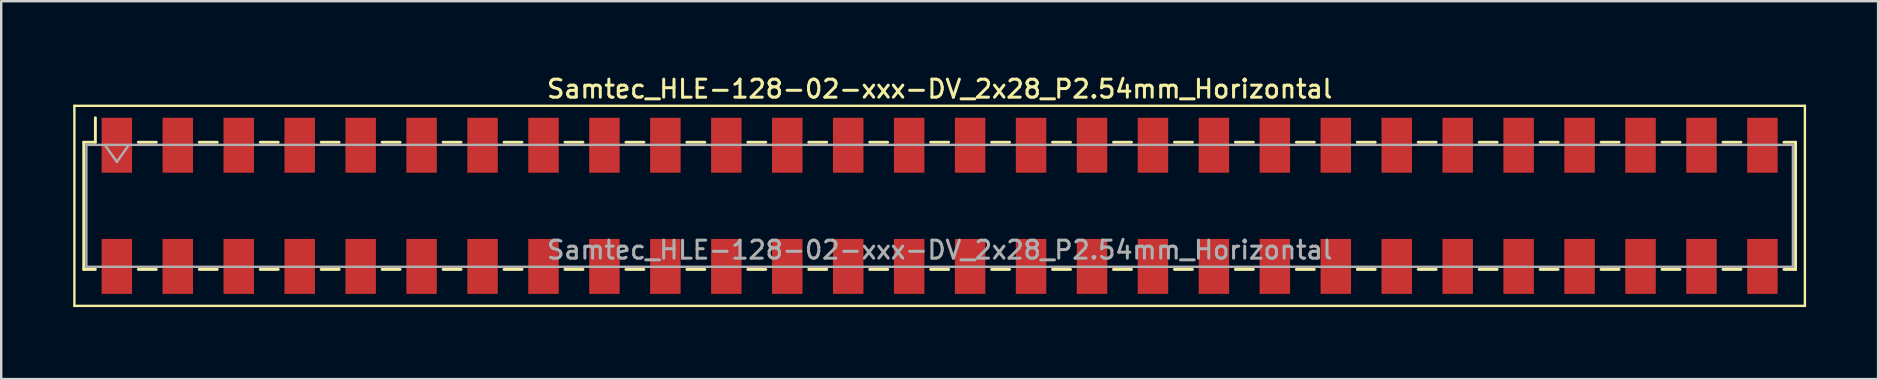
<source format=kicad_pcb>
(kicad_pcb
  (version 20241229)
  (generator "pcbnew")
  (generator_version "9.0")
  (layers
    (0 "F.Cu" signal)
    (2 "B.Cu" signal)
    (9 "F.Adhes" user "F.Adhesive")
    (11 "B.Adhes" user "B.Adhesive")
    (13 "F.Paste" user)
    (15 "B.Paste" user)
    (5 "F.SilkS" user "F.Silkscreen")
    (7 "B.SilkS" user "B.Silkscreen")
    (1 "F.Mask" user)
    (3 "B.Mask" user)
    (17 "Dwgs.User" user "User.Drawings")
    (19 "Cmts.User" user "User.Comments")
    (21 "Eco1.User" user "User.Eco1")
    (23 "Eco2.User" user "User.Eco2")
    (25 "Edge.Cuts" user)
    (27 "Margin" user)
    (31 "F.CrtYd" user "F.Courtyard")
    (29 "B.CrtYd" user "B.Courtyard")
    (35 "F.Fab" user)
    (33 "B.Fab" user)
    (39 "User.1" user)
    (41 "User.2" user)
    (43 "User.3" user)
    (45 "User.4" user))
  (footprint "Samtec_HLE-128-02-xxx-DV_2x28_P2.54mm_Horizontal"
    (layer "F.Cu")
    (at 36.11 5.528)
    (property "Reference" "Samtec_HLE-128-02-xxx-DV_2x28_P2.54mm_Horizontal" (at 0 -4.87 0) (layer "F.SilkS") (effects (font (size 0.75 0.75) (thickness 0.125))))
    (attr smd)
    (fp_line (start -36.06 -4.17) (end 36.06 -4.17) (stroke (width 0.1) (type solid)) (layer "F.SilkS"))
    (fp_line (start -36.06 4.17) (end -36.06 -4.17) (stroke (width 0.1) (type solid)) (layer "F.SilkS"))
    (fp_line (start -35.67 -2.65) (end -35.67 2.65) (stroke (width 0.12) (type solid)) (layer "F.SilkS"))
    (fp_line (start -35.67 2.65) (end -35.185 2.65) (stroke (width 0.12) (type solid)) (layer "F.SilkS"))
    (fp_line (start -35.185 -3.67) (end -35.185 -2.65) (stroke (width 0.12) (type solid)) (layer "F.SilkS"))
    (fp_line (start -35.185 -2.65) (end -35.67 -2.65) (stroke (width 0.12) (type solid)) (layer "F.SilkS"))
    (fp_line (start -33.395 -2.65) (end -32.645 -2.65) (stroke (width 0.12) (type solid)) (layer "F.SilkS"))
    (fp_line (start -33.395 2.65) (end -32.645 2.65) (stroke (width 0.12) (type solid)) (layer "F.SilkS"))
    (fp_line (start -30.855 -2.65) (end -30.105 -2.65) (stroke (width 0.12) (type solid)) (layer "F.SilkS"))
    (fp_line (start -30.855 2.65) (end -30.105 2.65) (stroke (width 0.12) (type solid)) (layer "F.SilkS"))
    (fp_line (start -28.315 -2.65) (end -27.565 -2.65) (stroke (width 0.12) (type solid)) (layer "F.SilkS"))
    (fp_line (start -28.315 2.65) (end -27.565 2.65) (stroke (width 0.12) (type solid)) (layer "F.SilkS"))
    (fp_line (start -25.775 -2.65) (end -25.025 -2.65) (stroke (width 0.12) (type solid)) (layer "F.SilkS"))
    (fp_line (start -25.775 2.65) (end -25.025 2.65) (stroke (width 0.12) (type solid)) (layer "F.SilkS"))
    (fp_line (start -23.235 -2.65) (end -22.485 -2.65) (stroke (width 0.12) (type solid)) (layer "F.SilkS"))
    (fp_line (start -23.235 2.65) (end -22.485 2.65) (stroke (width 0.12) (type solid)) (layer "F.SilkS"))
    (fp_line (start -20.695 -2.65) (end -19.945 -2.65) (stroke (width 0.12) (type solid)) (layer "F.SilkS"))
    (fp_line (start -20.695 2.65) (end -19.945 2.65) (stroke (width 0.12) (type solid)) (layer "F.SilkS"))
    (fp_line (start -18.155 -2.65) (end -17.405 -2.65) (stroke (width 0.12) (type solid)) (layer "F.SilkS"))
    (fp_line (start -18.155 2.65) (end -17.405 2.65) (stroke (width 0.12) (type solid)) (layer "F.SilkS"))
    (fp_line (start -15.615 -2.65) (end -14.865 -2.65) (stroke (width 0.12) (type solid)) (layer "F.SilkS"))
    (fp_line (start -15.615 2.65) (end -14.865 2.65) (stroke (width 0.12) (type solid)) (layer "F.SilkS"))
    (fp_line (start -13.075 -2.65) (end -12.325 -2.65) (stroke (width 0.12) (type solid)) (layer "F.SilkS"))
    (fp_line (start -13.075 2.65) (end -12.325 2.65) (stroke (width 0.12) (type solid)) (layer "F.SilkS"))
    (fp_line (start -10.535 -2.65) (end -9.785 -2.65) (stroke (width 0.12) (type solid)) (layer "F.SilkS"))
    (fp_line (start -10.535 2.65) (end -9.785 2.65) (stroke (width 0.12) (type solid)) (layer "F.SilkS"))
    (fp_line (start -7.995 -2.65) (end -7.245 -2.65) (stroke (width 0.12) (type solid)) (layer "F.SilkS"))
    (fp_line (start -7.995 2.65) (end -7.245 2.65) (stroke (width 0.12) (type solid)) (layer "F.SilkS"))
    (fp_line (start -5.455 -2.65) (end -4.705 -2.65) (stroke (width 0.12) (type solid)) (layer "F.SilkS"))
    (fp_line (start -5.455 2.65) (end -4.705 2.65) (stroke (width 0.12) (type solid)) (layer "F.SilkS"))
    (fp_line (start -2.915 -2.65) (end -2.165 -2.65) (stroke (width 0.12) (type solid)) (layer "F.SilkS"))
    (fp_line (start -2.915 2.65) (end -2.165 2.65) (stroke (width 0.12) (type solid)) (layer "F.SilkS"))
    (fp_line (start -0.375 -2.65) (end 0.375 -2.65) (stroke (width 0.12) (type solid)) (layer "F.SilkS"))
    (fp_line (start -0.375 2.65) (end 0.375 2.65) (stroke (width 0.12) (type solid)) (layer "F.SilkS"))
    (fp_line (start 2.165 -2.65) (end 2.915 -2.65) (stroke (width 0.12) (type solid)) (layer "F.SilkS"))
    (fp_line (start 2.165 2.65) (end 2.915 2.65) (stroke (width 0.12) (type solid)) (layer "F.SilkS"))
    (fp_line (start 4.705 -2.65) (end 5.455 -2.65) (stroke (width 0.12) (type solid)) (layer "F.SilkS"))
    (fp_line (start 4.705 2.65) (end 5.455 2.65) (stroke (width 0.12) (type solid)) (layer "F.SilkS"))
    (fp_line (start 7.245 -2.65) (end 7.995 -2.65) (stroke (width 0.12) (type solid)) (layer "F.SilkS"))
    (fp_line (start 7.245 2.65) (end 7.995 2.65) (stroke (width 0.12) (type solid)) (layer "F.SilkS"))
    (fp_line (start 9.785 -2.65) (end 10.535 -2.65) (stroke (width 0.12) (type solid)) (layer "F.SilkS"))
    (fp_line (start 9.785 2.65) (end 10.535 2.65) (stroke (width 0.12) (type solid)) (layer "F.SilkS"))
    (fp_line (start 12.325 -2.65) (end 13.075 -2.65) (stroke (width 0.12) (type solid)) (layer "F.SilkS"))
    (fp_line (start 12.325 2.65) (end 13.075 2.65) (stroke (width 0.12) (type solid)) (layer "F.SilkS"))
    (fp_line (start 14.865 -2.65) (end 15.615 -2.65) (stroke (width 0.12) (type solid)) (layer "F.SilkS"))
    (fp_line (start 14.865 2.65) (end 15.615 2.65) (stroke (width 0.12) (type solid)) (layer "F.SilkS"))
    (fp_line (start 17.405 -2.65) (end 18.155 -2.65) (stroke (width 0.12) (type solid)) (layer "F.SilkS"))
    (fp_line (start 17.405 2.65) (end 18.155 2.65) (stroke (width 0.12) (type solid)) (layer "F.SilkS"))
    (fp_line (start 19.945 -2.65) (end 20.695 -2.65) (stroke (width 0.12) (type solid)) (layer "F.SilkS"))
    (fp_line (start 19.945 2.65) (end 20.695 2.65) (stroke (width 0.12) (type solid)) (layer "F.SilkS"))
    (fp_line (start 22.485 -2.65) (end 23.235 -2.65) (stroke (width 0.12) (type solid)) (layer "F.SilkS"))
    (fp_line (start 22.485 2.65) (end 23.235 2.65) (stroke (width 0.12) (type solid)) (layer "F.SilkS"))
    (fp_line (start 25.025 -2.65) (end 25.775 -2.65) (stroke (width 0.12) (type solid)) (layer "F.SilkS"))
    (fp_line (start 25.025 2.65) (end 25.775 2.65) (stroke (width 0.12) (type solid)) (layer "F.SilkS"))
    (fp_line (start 27.565 -2.65) (end 28.315 -2.65) (stroke (width 0.12) (type solid)) (layer "F.SilkS"))
    (fp_line (start 27.565 2.65) (end 28.315 2.65) (stroke (width 0.12) (type solid)) (layer "F.SilkS"))
    (fp_line (start 30.105 -2.65) (end 30.855 -2.65) (stroke (width 0.12) (type solid)) (layer "F.SilkS"))
    (fp_line (start 30.105 2.65) (end 30.855 2.65) (stroke (width 0.12) (type solid)) (layer "F.SilkS"))
    (fp_line (start 32.645 -2.65) (end 33.395 -2.65) (stroke (width 0.12) (type solid)) (layer "F.SilkS"))
    (fp_line (start 32.645 2.65) (end 33.395 2.65) (stroke (width 0.12) (type solid)) (layer "F.SilkS"))
    (fp_line (start 35.185 -2.65) (end 35.67 -2.65) (stroke (width 0.12) (type solid)) (layer "F.SilkS"))
    (fp_line (start 35.67 -2.65) (end 35.67 2.65) (stroke (width 0.12) (type solid)) (layer "F.SilkS"))
    (fp_line (start 35.67 2.65) (end 35.185 2.65) (stroke (width 0.12) (type solid)) (layer "F.SilkS"))
    (fp_line (start 36.06 -4.17) (end 36.06 4.17) (stroke (width 0.1) (type solid)) (layer "F.SilkS"))
    (fp_line (start 36.06 4.17) (end -36.06 4.17) (stroke (width 0.1) (type solid)) (layer "F.SilkS"))
    (fp_line (start -35.56 -2.54) (end 35.56 -2.54) (stroke (width 0.1) (type solid)) (layer "F.Fab"))
    (fp_line (start -35.56 2.54) (end -35.56 -2.54) (stroke (width 0.1) (type solid)) (layer "F.Fab"))
    (fp_line (start -34.79 -2.54) (end -34.29 -1.833) (stroke (width 0.1) (type solid)) (layer "F.Fab"))
    (fp_line (start -34.29 -1.833) (end -33.79 -2.54) (stroke (width 0.1) (type solid)) (layer "F.Fab"))
    (fp_line (start 35.56 -2.54) (end 35.56 2.54) (stroke (width 0.1) (type solid)) (layer "F.Fab"))
    (fp_line (start 35.56 2.54) (end -35.56 2.54) (stroke (width 0.1) (type solid)) (layer "F.Fab"))
    (fp_text user "${REFERENCE}" (at 0 1.84 0) (layer "F.Fab") (effects (font (size 0.75 0.75) (thickness 0.125))))
    (pad "1" smd rect (at -34.29 -2.525) (size 1.27 2.29) (layers "F.Cu" "F.Mask" "F.Paste"))
    (pad "2" smd rect (at -34.29 2.525) (size 1.27 2.29) (layers "F.Cu" "F.Mask" "F.Paste"))
    (pad "3" smd rect (at -31.75 -2.525) (size 1.27 2.29) (layers "F.Cu" "F.Mask" "F.Paste"))
    (pad "4" smd rect (at -31.75 2.525) (size 1.27 2.29) (layers "F.Cu" "F.Mask" "F.Paste"))
    (pad "5" smd rect (at -29.21 -2.525) (size 1.27 2.29) (layers "F.Cu" "F.Mask" "F.Paste"))
    (pad "6" smd rect (at -29.21 2.525) (size 1.27 2.29) (layers "F.Cu" "F.Mask" "F.Paste"))
    (pad "7" smd rect (at -26.67 -2.525) (size 1.27 2.29) (layers "F.Cu" "F.Mask" "F.Paste"))
    (pad "8" smd rect (at -26.67 2.525) (size 1.27 2.29) (layers "F.Cu" "F.Mask" "F.Paste"))
    (pad "9" smd rect (at -24.13 -2.525) (size 1.27 2.29) (layers "F.Cu" "F.Mask" "F.Paste"))
    (pad "10" smd rect (at -24.13 2.525) (size 1.27 2.29) (layers "F.Cu" "F.Mask" "F.Paste"))
    (pad "11" smd rect (at -21.59 -2.525) (size 1.27 2.29) (layers "F.Cu" "F.Mask" "F.Paste"))
    (pad "12" smd rect (at -21.59 2.525) (size 1.27 2.29) (layers "F.Cu" "F.Mask" "F.Paste"))
    (pad "13" smd rect (at -19.05 -2.525) (size 1.27 2.29) (layers "F.Cu" "F.Mask" "F.Paste"))
    (pad "14" smd rect (at -19.05 2.525) (size 1.27 2.29) (layers "F.Cu" "F.Mask" "F.Paste"))
    (pad "15" smd rect (at -16.51 -2.525) (size 1.27 2.29) (layers "F.Cu" "F.Mask" "F.Paste"))
    (pad "16" smd rect (at -16.51 2.525) (size 1.27 2.29) (layers "F.Cu" "F.Mask" "F.Paste"))
    (pad "17" smd rect (at -13.97 -2.525) (size 1.27 2.29) (layers "F.Cu" "F.Mask" "F.Paste"))
    (pad "18" smd rect (at -13.97 2.525) (size 1.27 2.29) (layers "F.Cu" "F.Mask" "F.Paste"))
    (pad "19" smd rect (at -11.43 -2.525) (size 1.27 2.29) (layers "F.Cu" "F.Mask" "F.Paste"))
    (pad "20" smd rect (at -11.43 2.525) (size 1.27 2.29) (layers "F.Cu" "F.Mask" "F.Paste"))
    (pad "21" smd rect (at -8.89 -2.525) (size 1.27 2.29) (layers "F.Cu" "F.Mask" "F.Paste"))
    (pad "22" smd rect (at -8.89 2.525) (size 1.27 2.29) (layers "F.Cu" "F.Mask" "F.Paste"))
    (pad "23" smd rect (at -6.35 -2.525) (size 1.27 2.29) (layers "F.Cu" "F.Mask" "F.Paste"))
    (pad "24" smd rect (at -6.35 2.525) (size 1.27 2.29) (layers "F.Cu" "F.Mask" "F.Paste"))
    (pad "25" smd rect (at -3.81 -2.525) (size 1.27 2.29) (layers "F.Cu" "F.Mask" "F.Paste"))
    (pad "26" smd rect (at -3.81 2.525) (size 1.27 2.29) (layers "F.Cu" "F.Mask" "F.Paste"))
    (pad "27" smd rect (at -1.27 -2.525) (size 1.27 2.29) (layers "F.Cu" "F.Mask" "F.Paste"))
    (pad "28" smd rect (at -1.27 2.525) (size 1.27 2.29) (layers "F.Cu" "F.Mask" "F.Paste"))
    (pad "29" smd rect (at 1.27 -2.525) (size 1.27 2.29) (layers "F.Cu" "F.Mask" "F.Paste"))
    (pad "30" smd rect (at 1.27 2.525) (size 1.27 2.29) (layers "F.Cu" "F.Mask" "F.Paste"))
    (pad "31" smd rect (at 3.81 -2.525) (size 1.27 2.29) (layers "F.Cu" "F.Mask" "F.Paste"))
    (pad "32" smd rect (at 3.81 2.525) (size 1.27 2.29) (layers "F.Cu" "F.Mask" "F.Paste"))
    (pad "33" smd rect (at 6.35 -2.525) (size 1.27 2.29) (layers "F.Cu" "F.Mask" "F.Paste"))
    (pad "34" smd rect (at 6.35 2.525) (size 1.27 2.29) (layers "F.Cu" "F.Mask" "F.Paste"))
    (pad "35" smd rect (at 8.89 -2.525) (size 1.27 2.29) (layers "F.Cu" "F.Mask" "F.Paste"))
    (pad "36" smd rect (at 8.89 2.525) (size 1.27 2.29) (layers "F.Cu" "F.Mask" "F.Paste"))
    (pad "37" smd rect (at 11.43 -2.525) (size 1.27 2.29) (layers "F.Cu" "F.Mask" "F.Paste"))
    (pad "38" smd rect (at 11.43 2.525) (size 1.27 2.29) (layers "F.Cu" "F.Mask" "F.Paste"))
    (pad "39" smd rect (at 13.97 -2.525) (size 1.27 2.29) (layers "F.Cu" "F.Mask" "F.Paste"))
    (pad "40" smd rect (at 13.97 2.525) (size 1.27 2.29) (layers "F.Cu" "F.Mask" "F.Paste"))
    (pad "41" smd rect (at 16.51 -2.525) (size 1.27 2.29) (layers "F.Cu" "F.Mask" "F.Paste"))
    (pad "42" smd rect (at 16.51 2.525) (size 1.27 2.29) (layers "F.Cu" "F.Mask" "F.Paste"))
    (pad "43" smd rect (at 19.05 -2.525) (size 1.27 2.29) (layers "F.Cu" "F.Mask" "F.Paste"))
    (pad "44" smd rect (at 19.05 2.525) (size 1.27 2.29) (layers "F.Cu" "F.Mask" "F.Paste"))
    (pad "45" smd rect (at 21.59 -2.525) (size 1.27 2.29) (layers "F.Cu" "F.Mask" "F.Paste"))
    (pad "46" smd rect (at 21.59 2.525) (size 1.27 2.29) (layers "F.Cu" "F.Mask" "F.Paste"))
    (pad "47" smd rect (at 24.13 -2.525) (size 1.27 2.29) (layers "F.Cu" "F.Mask" "F.Paste"))
    (pad "48" smd rect (at 24.13 2.525) (size 1.27 2.29) (layers "F.Cu" "F.Mask" "F.Paste"))
    (pad "49" smd rect (at 26.67 -2.525) (size 1.27 2.29) (layers "F.Cu" "F.Mask" "F.Paste"))
    (pad "50" smd rect (at 26.67 2.525) (size 1.27 2.29) (layers "F.Cu" "F.Mask" "F.Paste"))
    (pad "51" smd rect (at 29.21 -2.525) (size 1.27 2.29) (layers "F.Cu" "F.Mask" "F.Paste"))
    (pad "52" smd rect (at 29.21 2.525) (size 1.27 2.29) (layers "F.Cu" "F.Mask" "F.Paste"))
    (pad "53" smd rect (at 31.75 -2.525) (size 1.27 2.29) (layers "F.Cu" "F.Mask" "F.Paste"))
    (pad "54" smd rect (at 31.75 2.525) (size 1.27 2.29) (layers "F.Cu" "F.Mask" "F.Paste"))
    (pad "55" smd rect (at 34.29 -2.525) (size 1.27 2.29) (layers "F.Cu" "F.Mask" "F.Paste"))
    (pad "56" smd rect (at 34.29 2.525) (size 1.27 2.29) (layers "F.Cu" "F.Mask" "F.Paste")))
  (gr_rect
    (start -3 -3)
    (end 75.22 12.748)
    (stroke (width 0.1) (type default))
    (fill no)
    (layer "Edge.Cuts")))
</source>
